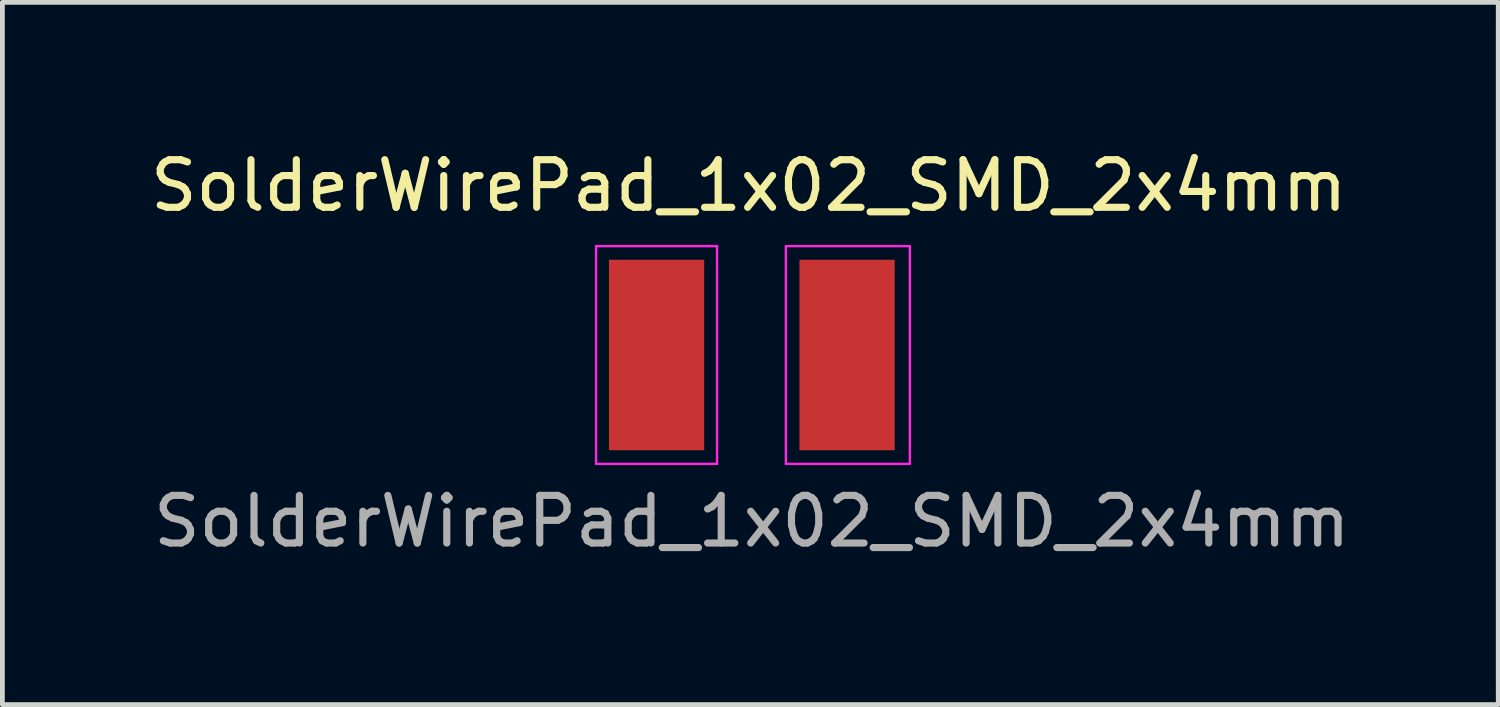
<source format=kicad_pcb>
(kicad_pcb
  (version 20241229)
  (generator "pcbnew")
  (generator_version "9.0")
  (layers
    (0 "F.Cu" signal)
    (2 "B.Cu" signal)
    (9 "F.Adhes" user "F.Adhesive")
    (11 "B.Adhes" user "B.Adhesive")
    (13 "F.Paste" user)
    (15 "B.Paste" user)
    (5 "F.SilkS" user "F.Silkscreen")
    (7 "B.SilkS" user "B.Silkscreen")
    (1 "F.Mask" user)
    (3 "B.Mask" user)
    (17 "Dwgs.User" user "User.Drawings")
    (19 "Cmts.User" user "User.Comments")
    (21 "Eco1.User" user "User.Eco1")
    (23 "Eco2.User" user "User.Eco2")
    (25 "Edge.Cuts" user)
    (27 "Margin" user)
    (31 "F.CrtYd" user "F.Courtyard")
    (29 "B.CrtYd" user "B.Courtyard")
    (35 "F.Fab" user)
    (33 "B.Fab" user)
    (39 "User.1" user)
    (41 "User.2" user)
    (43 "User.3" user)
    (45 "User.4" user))
  (footprint "SolderWirePad_1x02_SMD_2x4mm"
    (layer "F.Cu")
    (at 12.736 4.404)
    (property "Reference" "SolderWirePad_1x02_SMD_2x4mm" (at -0.064 -3.556 0) (layer "F.SilkS") (effects (font (size 1 1) (thickness 0.15))))
    (attr smd exclude_from_pos_files exclude_from_bom)
    (fp_line (start -3.27 -2.286) (end -3.27 2.286) (stroke (width 0.05) (type solid)) (layer "F.CrtYd"))
    (fp_line (start -3.27 2.286) (end -0.73 2.286) (stroke (width 0.05) (type solid)) (layer "F.CrtYd"))
    (fp_line (start -0.73 -2.286) (end -3.27 -2.286) (stroke (width 0.05) (type solid)) (layer "F.CrtYd"))
    (fp_line (start -0.73 2.286) (end -0.73 -2.286) (stroke (width 0.05) (type solid)) (layer "F.CrtYd"))
    (fp_line (start 0.715 -2.286) (end 3.318 -2.286) (stroke (width 0.05) (type solid)) (layer "F.CrtYd"))
    (fp_line (start 0.715 2.286) (end 0.715 -2.286) (stroke (width 0.05) (type solid)) (layer "F.CrtYd"))
    (fp_line (start 3.318 -2.286) (end 3.318 2.286) (stroke (width 0.05) (type solid)) (layer "F.CrtYd"))
    (fp_line (start 3.318 2.286) (end 0.715 2.286) (stroke (width 0.05) (type solid)) (layer "F.CrtYd"))
    (fp_text user "${REFERENCE}" (at 0 3.493 0) (layer "F.Fab") (effects (font (size 1 1) (thickness 0.15))))
    (pad "1" smd rect (at -2 0) (size 2 4) (layers "F.Cu" "F.Mask" "F.Paste"))
    (pad "2" smd rect (at 2 0) (size 2 4) (layers "F.Cu" "F.Mask" "F.Paste")))
  (gr_rect
    (start -3 -3)
    (end 28.409 11.745)
    (stroke (width 0.1) (type default))
    (fill no)
    (layer "Edge.Cuts")))
</source>
